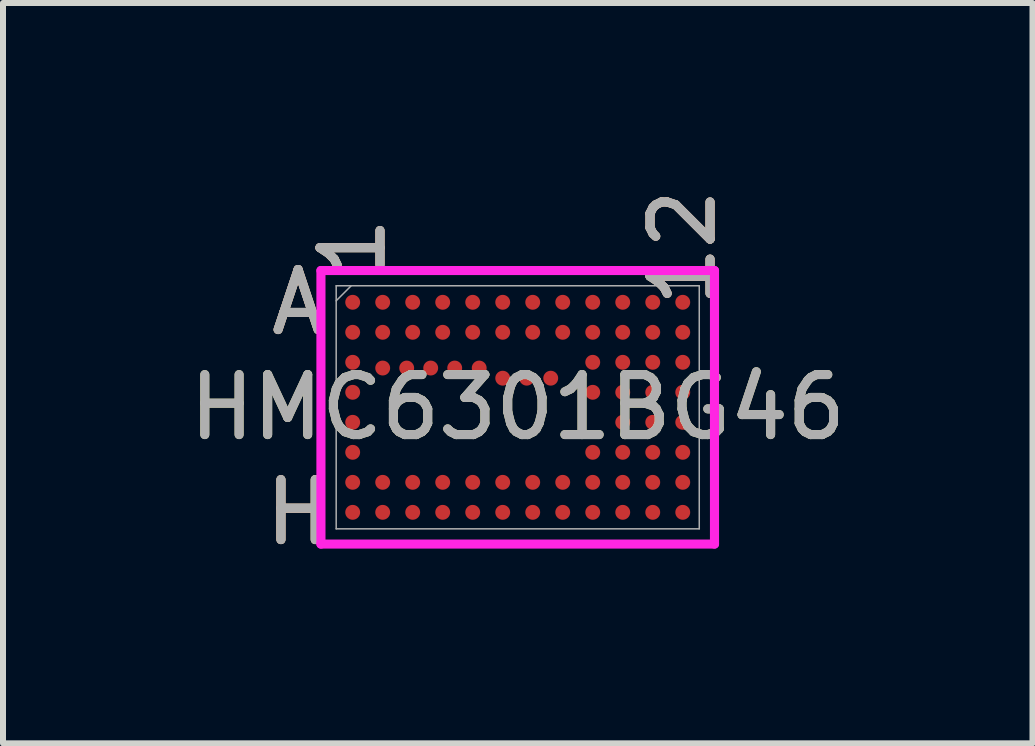
<source format=kicad_pcb>
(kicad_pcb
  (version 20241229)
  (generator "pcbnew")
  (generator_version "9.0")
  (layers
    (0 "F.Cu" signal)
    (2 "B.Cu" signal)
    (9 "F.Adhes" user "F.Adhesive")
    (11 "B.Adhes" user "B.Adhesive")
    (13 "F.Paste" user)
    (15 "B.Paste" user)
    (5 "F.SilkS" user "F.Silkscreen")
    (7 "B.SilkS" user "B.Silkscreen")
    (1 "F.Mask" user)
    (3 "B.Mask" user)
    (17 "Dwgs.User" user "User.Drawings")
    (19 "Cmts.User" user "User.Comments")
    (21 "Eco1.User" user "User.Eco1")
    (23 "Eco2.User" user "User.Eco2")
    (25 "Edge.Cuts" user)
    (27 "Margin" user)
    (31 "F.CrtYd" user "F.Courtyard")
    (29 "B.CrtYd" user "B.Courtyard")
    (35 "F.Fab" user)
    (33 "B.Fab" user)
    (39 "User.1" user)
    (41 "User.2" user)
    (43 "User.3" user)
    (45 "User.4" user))
  (footprint "HMC6301BG46"
    (layer "F.Cu")
    (at 5.577 3.737)
    (property "Reference" "HMC6301BG46" (at 0 0 0) (unlocked yes) (layer "F.SilkS") (effects (font (size 1 1) (thickness 0.15))))
    (attr smd)
    (fp_poly (pts (xy -3.445 -2.445) (xy 3.445 -2.445) (xy 3.445 2.445) (xy -3.445 2.445)) (stroke (width 0.1) (type solid)) (fill no) (layer "Eco2.User"))
    (fp_line (start -3.279 -2.279) (end 3.279 -2.279) (stroke (width 0.152) (type solid)) (layer "F.CrtYd"))
    (fp_line (start -3.279 2.279) (end -3.279 -2.279) (stroke (width 0.152) (type solid)) (layer "F.CrtYd"))
    (fp_line (start 3.279 -2.279) (end 3.279 2.279) (stroke (width 0.152) (type solid)) (layer "F.CrtYd"))
    (fp_line (start 3.279 2.279) (end -3.279 2.279) (stroke (width 0.152) (type solid)) (layer "F.CrtYd"))
    (fp_line (start -3.025 -2.025) (end -3.025 2.025) (stroke (width 0.025) (type solid)) (layer "F.Fab"))
    (fp_line (start -3.025 2.025) (end 3.025 2.025) (stroke (width 0.025) (type solid)) (layer "F.Fab"))
    (fp_line (start -2.775 -2.025) (end -3.025 -1.775) (stroke (width 0.025) (type solid)) (layer "F.Fab"))
    (fp_line (start 3.025 -2.025) (end -3.025 -2.025) (stroke (width 0.025) (type solid)) (layer "F.Fab"))
    (fp_line (start 3.025 2.025) (end 3.025 -2.025) (stroke (width 0.025) (type solid)) (layer "F.Fab"))
    (fp_text user "H" (at -3.66 1.75 0) (unlocked yes) (layer "F.SilkS") (effects (font (size 1 1) (thickness 0.15))))
    (fp_text user "1" (at -2.75 -2.66 90) (unlocked yes) (layer "F.SilkS") (effects (font (size 1 1) (thickness 0.15))))
    (fp_text user "12" (at 2.75 -2.66 90) (unlocked yes) (layer "F.SilkS") (effects (font (size 1 1) (thickness 0.15))))
    (fp_text user "A" (at -3.66 -1.75 0) (unlocked yes) (layer "F.SilkS") (effects (font (size 1 1) (thickness 0.15))))
    (fp_text user "1" (at -2.75 -2.66 90) (unlocked yes) (layer "B.SilkS") (effects (font (size 1 1) (thickness 0.15))))
    (fp_text user "A" (at -3.66 -1.75 0) (unlocked yes) (layer "B.SilkS") (effects (font (size 1 1) (thickness 0.15))))
    (fp_text user "H" (at -3.66 1.75 0) (unlocked yes) (layer "B.SilkS") (effects (font (size 1 1) (thickness 0.15))))
    (fp_text user "12" (at 2.75 -2.66 90) (unlocked yes) (layer "B.SilkS") (effects (font (size 1 1) (thickness 0.15))))
    (fp_text user "${REFERENCE}" (at 0 0 0) (unlocked yes) (layer "F.Fab") (effects (font (size 1 1) (thickness 0.15))))
    (fp_text user "1" (at -2.75 -2.66 90) (unlocked yes) (layer "F.Fab") (effects (font (size 1 1) (thickness 0.15))))
    (fp_text user "A" (at -3.66 -1.75 0) (unlocked yes) (layer "F.Fab") (effects (font (size 1 1) (thickness 0.15))))
    (fp_text user "12" (at 2.75 -2.66 90) (unlocked yes) (layer "F.Fab") (effects (font (size 1 1) (thickness 0.15))))
    (fp_text user "H" (at -3.66 1.75 0) (unlocked yes) (layer "F.Fab") (effects (font (size 1 1) (thickness 0.15))))
    (pad "A1" smd circle (at -2.75 -1.75) (size 0.248 0.248) (layers "F.Cu" "F.Mask" "F.Paste"))
    (pad "A2" smd circle (at -2.25 -1.75) (size 0.248 0.248) (layers "F.Cu" "F.Mask" "F.Paste"))
    (pad "A3" smd circle (at -1.75 -1.75) (size 0.248 0.248) (layers "F.Cu" "F.Mask" "F.Paste"))
    (pad "A4" smd circle (at -1.25 -1.75) (size 0.248 0.248) (layers "F.Cu" "F.Mask" "F.Paste"))
    (pad "A5" smd circle (at -0.75 -1.75) (size 0.248 0.248) (layers "F.Cu" "F.Mask" "F.Paste"))
    (pad "A6" smd circle (at -0.25 -1.75) (size 0.248 0.248) (layers "F.Cu" "F.Mask" "F.Paste"))
    (pad "A7" smd circle (at 0.25 -1.75) (size 0.248 0.248) (layers "F.Cu" "F.Mask" "F.Paste"))
    (pad "A8" smd circle (at 0.75 -1.75) (size 0.248 0.248) (layers "F.Cu" "F.Mask" "F.Paste"))
    (pad "A9" smd circle (at 1.25 -1.75) (size 0.248 0.248) (layers "F.Cu" "F.Mask" "F.Paste"))
    (pad "A10" smd circle (at 1.75 -1.75) (size 0.248 0.248) (layers "F.Cu" "F.Mask" "F.Paste"))
    (pad "A11" smd circle (at 2.25 -1.75) (size 0.248 0.248) (layers "F.Cu" "F.Mask" "F.Paste"))
    (pad "A12" smd circle (at 2.75 -1.75) (size 0.248 0.248) (layers "F.Cu" "F.Mask" "F.Paste"))
    (pad "B1" smd circle (at -2.75 -1.25) (size 0.248 0.248) (layers "F.Cu" "F.Mask" "F.Paste"))
    (pad "B2" smd circle (at -2.25 -1.25) (size 0.248 0.248) (layers "F.Cu" "F.Mask" "F.Paste"))
    (pad "B3" smd circle (at -1.75 -1.25) (size 0.248 0.248) (layers "F.Cu" "F.Mask" "F.Paste"))
    (pad "B4" smd circle (at -1.25 -1.25) (size 0.248 0.248) (layers "F.Cu" "F.Mask" "F.Paste"))
    (pad "B5" smd circle (at -0.75 -1.25) (size 0.248 0.248) (layers "F.Cu" "F.Mask" "F.Paste"))
    (pad "B6" smd circle (at -0.25 -1.25) (size 0.248 0.248) (layers "F.Cu" "F.Mask" "F.Paste"))
    (pad "B7" smd circle (at 0.25 -1.25) (size 0.248 0.248) (layers "F.Cu" "F.Mask" "F.Paste"))
    (pad "B8" smd circle (at 0.75 -1.25) (size 0.248 0.248) (layers "F.Cu" "F.Mask" "F.Paste"))
    (pad "B9" smd circle (at 1.25 -1.25) (size 0.248 0.248) (layers "F.Cu" "F.Mask" "F.Paste"))
    (pad "B10" smd circle (at 1.75 -1.25) (size 0.248 0.248) (layers "F.Cu" "F.Mask" "F.Paste"))
    (pad "B11" smd circle (at 2.25 -1.25) (size 0.248 0.248) (layers "F.Cu" "F.Mask" "F.Paste"))
    (pad "B12" smd circle (at 2.75 -1.25) (size 0.248 0.248) (layers "F.Cu" "F.Mask" "F.Paste"))
    (pad "C1" smd circle (at -2.75 -0.75) (size 0.248 0.248) (layers "F.Cu" "F.Mask" "F.Paste"))
    (pad "C2" smd circle (at -2.25 -0.654) (size 0.248 0.248) (layers "F.Cu" "F.Mask" "F.Paste"))
    (pad "C3" smd circle (at -1.85 -0.654) (size 0.248 0.248) (layers "F.Cu" "F.Mask" "F.Paste"))
    (pad "C4" smd circle (at -1.45 -0.654) (size 0.248 0.248) (layers "F.Cu" "F.Mask" "F.Paste"))
    (pad "C5" smd circle (at -1.05 -0.654) (size 0.248 0.248) (layers "F.Cu" "F.Mask" "F.Paste"))
    (pad "C6" smd circle (at -0.642 -0.654) (size 0.248 0.248) (layers "F.Cu" "F.Mask" "F.Paste"))
    (pad "C9" smd circle (at 1.25 -0.75) (size 0.248 0.248) (layers "F.Cu" "F.Mask" "F.Paste"))
    (pad "C10" smd circle (at 1.75 -0.75) (size 0.248 0.248) (layers "F.Cu" "F.Mask" "F.Paste"))
    (pad "C11" smd circle (at 2.25 -0.75) (size 0.248 0.248) (layers "F.Cu" "F.Mask" "F.Paste"))
    (pad "C12" smd circle (at 2.75 -0.75) (size 0.248 0.248) (layers "F.Cu" "F.Mask" "F.Paste"))
    (pad "D1" smd circle (at -2.75 -0.25) (size 0.248 0.248) (layers "F.Cu" "F.Mask" "F.Paste"))
    (pad "D6" smd circle (at -0.25 -0.485) (size 0.248 0.248) (layers "F.Cu" "F.Mask" "F.Paste"))
    (pad "D7" smd circle (at 0.15 -0.485) (size 0.248 0.248) (layers "F.Cu" "F.Mask" "F.Paste"))
    (pad "D8" smd circle (at 0.55 -0.485) (size 0.248 0.248) (layers "F.Cu" "F.Mask" "F.Paste"))
    (pad "D9" smd circle (at 1.25 -0.25) (size 0.248 0.248) (layers "F.Cu" "F.Mask" "F.Paste"))
    (pad "D10" smd circle (at 1.75 -0.25) (size 0.248 0.248) (layers "F.Cu" "F.Mask" "F.Paste"))
    (pad "D11" smd circle (at 2.25 -0.25) (size 0.248 0.248) (layers "F.Cu" "F.Mask" "F.Paste"))
    (pad "D12" smd circle (at 2.75 -0.25) (size 0.248 0.248) (layers "F.Cu" "F.Mask" "F.Paste"))
    (pad "E1" smd circle (at -2.75 0.25) (size 0.248 0.248) (layers "F.Cu" "F.Mask" "F.Paste"))
    (pad "E10" smd circle (at 1.75 0.25) (size 0.248 0.248) (layers "F.Cu" "F.Mask" "F.Paste"))
    (pad "E11" smd circle (at 2.25 0.25) (size 0.248 0.248) (layers "F.Cu" "F.Mask" "F.Paste"))
    (pad "E12" smd circle (at 2.75 0.25) (size 0.248 0.248) (layers "F.Cu" "F.Mask" "F.Paste"))
    (pad "F1" smd circle (at -2.75 0.75) (size 0.248 0.248) (layers "F.Cu" "F.Mask" "F.Paste"))
    (pad "F9" smd circle (at 1.25 0.75) (size 0.248 0.248) (layers "F.Cu" "F.Mask" "F.Paste"))
    (pad "F10" smd circle (at 1.75 0.75) (size 0.248 0.248) (layers "F.Cu" "F.Mask" "F.Paste"))
    (pad "F11" smd circle (at 2.25 0.75) (size 0.248 0.248) (layers "F.Cu" "F.Mask" "F.Paste"))
    (pad "F12" smd circle (at 2.75 0.75) (size 0.248 0.248) (layers "F.Cu" "F.Mask" "F.Paste"))
    (pad "G1" smd circle (at -2.75 1.25) (size 0.248 0.248) (layers "F.Cu" "F.Mask" "F.Paste"))
    (pad "G2" smd circle (at -2.25 1.25) (size 0.248 0.248) (layers "F.Cu" "F.Mask" "F.Paste"))
    (pad "G3" smd circle (at -1.75 1.25) (size 0.248 0.248) (layers "F.Cu" "F.Mask" "F.Paste"))
    (pad "G4" smd circle (at -1.25 1.25) (size 0.248 0.248) (layers "F.Cu" "F.Mask" "F.Paste"))
    (pad "G5" smd circle (at -0.75 1.25) (size 0.248 0.248) (layers "F.Cu" "F.Mask" "F.Paste"))
    (pad "G6" smd circle (at -0.25 1.25) (size 0.248 0.248) (layers "F.Cu" "F.Mask" "F.Paste"))
    (pad "G7" smd circle (at 0.25 1.25) (size 0.248 0.248) (layers "F.Cu" "F.Mask" "F.Paste"))
    (pad "G8" smd circle (at 0.75 1.25) (size 0.248 0.248) (layers "F.Cu" "F.Mask" "F.Paste"))
    (pad "G9" smd circle (at 1.25 1.25) (size 0.248 0.248) (layers "F.Cu" "F.Mask" "F.Paste"))
    (pad "G10" smd circle (at 1.75 1.25) (size 0.248 0.248) (layers "F.Cu" "F.Mask" "F.Paste"))
    (pad "G11" smd circle (at 2.25 1.25) (size 0.248 0.248) (layers "F.Cu" "F.Mask" "F.Paste"))
    (pad "G12" smd circle (at 2.75 1.25) (size 0.248 0.248) (layers "F.Cu" "F.Mask" "F.Paste"))
    (pad "H1" smd circle (at -2.75 1.75) (size 0.248 0.248) (layers "F.Cu" "F.Mask" "F.Paste"))
    (pad "H2" smd circle (at -2.25 1.75) (size 0.248 0.248) (layers "F.Cu" "F.Mask" "F.Paste"))
    (pad "H3" smd circle (at -1.75 1.75) (size 0.248 0.248) (layers "F.Cu" "F.Mask" "F.Paste"))
    (pad "H4" smd circle (at -1.25 1.75) (size 0.248 0.248) (layers "F.Cu" "F.Mask" "F.Paste"))
    (pad "H5" smd circle (at -0.75 1.75) (size 0.248 0.248) (layers "F.Cu" "F.Mask" "F.Paste"))
    (pad "H6" smd circle (at -0.25 1.75) (size 0.248 0.248) (layers "F.Cu" "F.Mask" "F.Paste"))
    (pad "H7" smd circle (at 0.25 1.75) (size 0.248 0.248) (layers "F.Cu" "F.Mask" "F.Paste"))
    (pad "H8" smd circle (at 0.75 1.75) (size 0.248 0.248) (layers "F.Cu" "F.Mask" "F.Paste"))
    (pad "H9" smd circle (at 1.25 1.75) (size 0.248 0.248) (layers "F.Cu" "F.Mask" "F.Paste"))
    (pad "H10" smd circle (at 1.75 1.75) (size 0.248 0.248) (layers "F.Cu" "F.Mask" "F.Paste"))
    (pad "H11" smd circle (at 2.25 1.75) (size 0.248 0.248) (layers "F.Cu" "F.Mask" "F.Paste"))
    (pad "H12" smd circle (at 2.75 1.75) (size 0.248 0.248) (layers "F.Cu" "F.Mask" "F.Paste")))
  (gr_rect
    (start -3 -3)
    (end 14.155 9.336)
    (stroke (width 0.1) (type default))
    (fill no)
    (layer "Edge.Cuts")))
</source>
